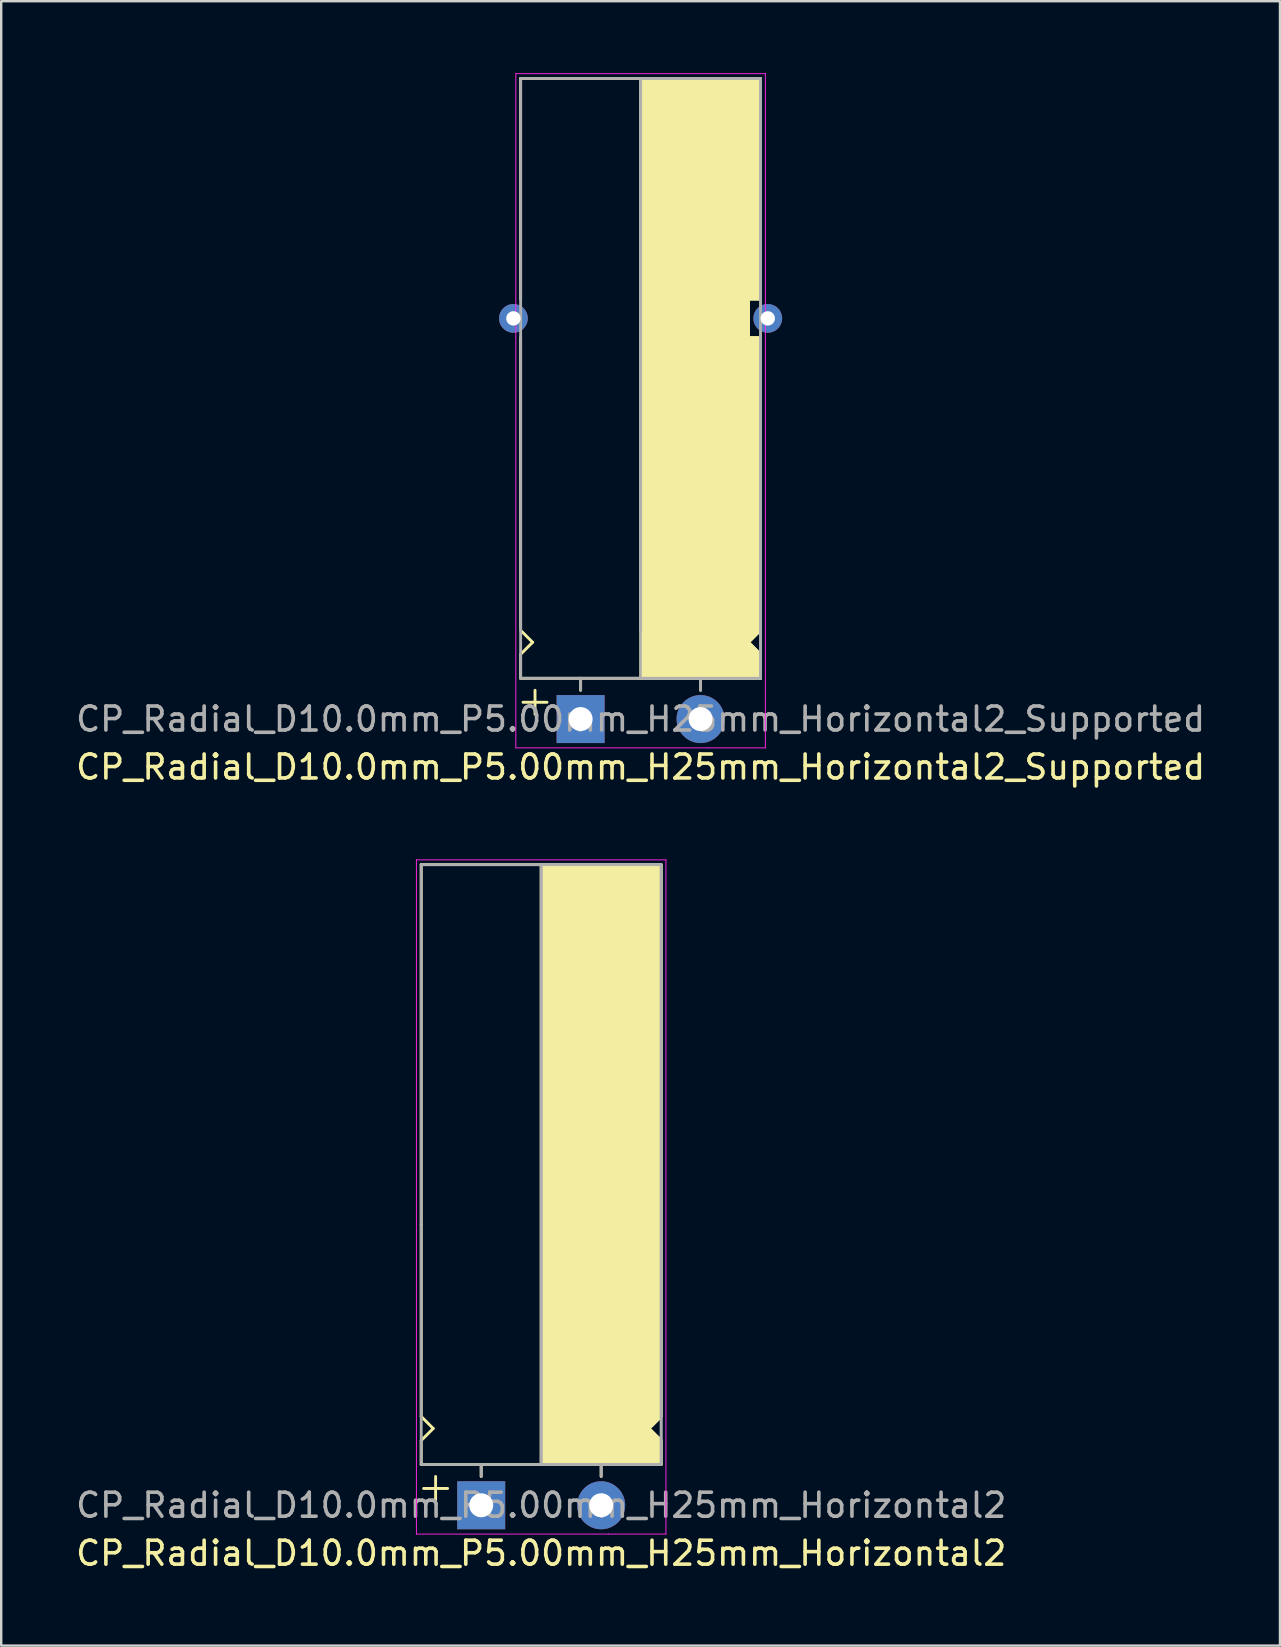
<source format=kicad_pcb>
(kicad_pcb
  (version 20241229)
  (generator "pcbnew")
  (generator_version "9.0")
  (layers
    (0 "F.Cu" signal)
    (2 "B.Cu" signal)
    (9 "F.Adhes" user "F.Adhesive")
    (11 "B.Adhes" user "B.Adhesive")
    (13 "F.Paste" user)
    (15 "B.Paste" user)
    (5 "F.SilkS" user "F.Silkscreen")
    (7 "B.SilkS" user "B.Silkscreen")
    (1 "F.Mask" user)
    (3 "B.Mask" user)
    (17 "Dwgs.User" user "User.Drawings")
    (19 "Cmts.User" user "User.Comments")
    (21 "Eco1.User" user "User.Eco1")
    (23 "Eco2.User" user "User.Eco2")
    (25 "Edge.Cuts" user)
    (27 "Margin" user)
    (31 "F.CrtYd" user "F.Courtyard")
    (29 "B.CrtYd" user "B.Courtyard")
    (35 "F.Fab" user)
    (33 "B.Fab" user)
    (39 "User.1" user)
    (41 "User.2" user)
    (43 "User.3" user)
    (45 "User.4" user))
  (footprint "CP_Radial_D10.0mm_P5.00mm_H25mm_Horizontal2"
    (layer "F.Cu")
    (at 17.006 59.688)
    (property "Reference" "CP_Radial_D10.0mm_P5.00mm_H25mm_Horizontal2" (at 2.5 2 0) (layer "F.SilkS") (effects (font (size 1 1) (thickness 0.15))))
    (attr through_hole)
    (fp_line (start -2.5 -26.7) (end 7.5 -26.7) (stroke (width 0.12) (type solid)) (layer "F.SilkS"))
    (fp_line (start -2.5 -11.7) (end -2.5 -26.7) (stroke (width 0.12) (type solid)) (layer "F.SilkS"))
    (fp_line (start -2.5 -3.7) (end -2.5 -11.7) (stroke (width 0.12) (type solid)) (layer "F.SilkS"))
    (fp_line (start -2.5 -2.7) (end -2 -3.2) (stroke (width 0.12) (type solid)) (layer "F.SilkS"))
    (fp_line (start -2.5 -1.7) (end -2.5 -2.7) (stroke (width 0.12) (type solid)) (layer "F.SilkS"))
    (fp_line (start -2 -3.2) (end -2.5 -3.7) (stroke (width 0.12) (type solid)) (layer "F.SilkS"))
    (fp_line (start -1.9 -1.2) (end -1.9 -0.2) (stroke (width 0.12) (type solid)) (layer "F.SilkS"))
    (fp_line (start -1.4 -0.7) (end -2.4 -0.7) (stroke (width 0.12) (type solid)) (layer "F.SilkS"))
    (fp_line (start 0 -1.7) (end 0 -1.2) (stroke (width 0.12) (type solid)) (layer "F.SilkS"))
    (fp_line (start 2.5 -26.7) (end 2.5 -1.7) (stroke (width 0.12) (type solid)) (layer "F.SilkS"))
    (fp_line (start 2.5 -1.7) (end -2.5 -1.7) (stroke (width 0.12) (type solid)) (layer "F.SilkS"))
    (fp_line (start 5 -1.7) (end 5 -1.2) (stroke (width 0.12) (type solid)) (layer "F.SilkS"))
    (fp_line (start 7 -3.2) (end 7.5 -3.7) (stroke (width 0.12) (type solid)) (layer "F.SilkS"))
    (fp_line (start 7.5 -11.7) (end 7.5 -26.7) (stroke (width 0.12) (type solid)) (layer "F.SilkS"))
    (fp_line (start 7.5 -3.7) (end 7.5 -11.7) (stroke (width 0.12) (type solid)) (layer "F.SilkS"))
    (fp_line (start 7.5 -2.7) (end 7 -3.2) (stroke (width 0.12) (type solid)) (layer "F.SilkS"))
    (fp_line (start 7.5 -1.7) (end 2.5 -1.7) (stroke (width 0.12) (type solid)) (layer "F.SilkS"))
    (fp_line (start 7.5 -1.7) (end 7.5 -2.7) (stroke (width 0.12) (type solid)) (layer "F.SilkS"))
    (fp_poly (pts (xy 7.5 -2.7) (xy 7 -3.2) (xy 7.5 -3.7) (xy 7.5 -26.7) (xy 2.5 -26.7) (xy 2.5 -1.7) (xy 7.5 -1.7)) (stroke (width 0.1) (type solid)) (fill yes) (layer "F.SilkS"))
    (fp_line (start -2.7 -26.9) (end -2.7 1.2) (stroke (width 0.04) (type solid)) (layer "F.CrtYd"))
    (fp_line (start -2.7 1.2) (end 5.3 1.2) (stroke (width 0.04) (type solid)) (layer "F.CrtYd"))
    (fp_line (start 5.3 1.2) (end 7.7 1.2) (stroke (width 0.04) (type solid)) (layer "F.CrtYd"))
    (fp_line (start 7.7 -26.9) (end -2.7 -26.9) (stroke (width 0.04) (type solid)) (layer "F.CrtYd"))
    (fp_line (start 7.7 1.2) (end 7.7 -26.9) (stroke (width 0.04) (type solid)) (layer "F.CrtYd"))
    (fp_line (start -2.5 -26.7) (end 7.5 -26.7) (stroke (width 0.12) (type solid)) (layer "F.Fab"))
    (fp_line (start -2.5 -1.7) (end -2.5 -26.7) (stroke (width 0.12) (type solid)) (layer "F.Fab"))
    (fp_line (start 0 -1.7) (end 0 -1.2) (stroke (width 0.12) (type solid)) (layer "F.Fab"))
    (fp_line (start 2.5 -1.7) (end 2.5 -26.7) (stroke (width 0.12) (type solid)) (layer "F.Fab"))
    (fp_line (start 5 -1.7) (end 5 -1.2) (stroke (width 0.12) (type solid)) (layer "F.Fab"))
    (fp_line (start 7.5 -26.7) (end 7.5 -1.7) (stroke (width 0.12) (type solid)) (layer "F.Fab"))
    (fp_line (start 7.5 -1.7) (end -2.5 -1.7) (stroke (width 0.12) (type solid)) (layer "F.Fab"))
    (fp_poly (pts (xy 7.5 -26.7) (xy 2.5 -26.7) (xy 2.5 -1.7) (xy 7.5 -1.7)) (stroke (width 0.1) (type solid)) (fill no) (layer "F.Fab"))
    (fp_text user "${REFERENCE}" (at 2.5 0 0) (layer "F.Fab") (effects (font (size 1 1) (thickness 0.15))))
    (pad "1" thru_hole rect (at 0 0) (size 2 2) (drill 1) (layers "*.Cu" "*.Mask"))
    (pad "2" thru_hole circle (at 5 0) (size 2 2) (drill 1) (layers "*.Cu" "*.Mask")))
  (footprint "CP_Radial_D10.0mm_P5.00mm_H25mm_Horizontal2_Supported"
    (layer "F.Cu")
    (at 21.149 26.92)
    (property "Reference" "CP_Radial_D10.0mm_P5.00mm_H25mm_Horizontal2_Supported" (at 2.5 2 0) (layer "F.SilkS") (effects (font (size 1 1) (thickness 0.15))))
    (attr through_hole)
    (fp_line (start -2.5 -26.7) (end 7.5 -26.7) (stroke (width 0.12) (type solid)) (layer "F.SilkS"))
    (fp_line (start -2.5 -17.5) (end -2.5 -26.7) (stroke (width 0.12) (type solid)) (layer "F.SilkS"))
    (fp_line (start -2.5 -3.8) (end -2.5 -15.9) (stroke (width 0.12) (type solid)) (layer "F.SilkS"))
    (fp_line (start -2.5 -2.7) (end -2 -3.2) (stroke (width 0.12) (type solid)) (layer "F.SilkS"))
    (fp_line (start -2.5 -1.7) (end -2.5 -2.7) (stroke (width 0.12) (type solid)) (layer "F.SilkS"))
    (fp_line (start -2 -3.2) (end -2.5 -3.7) (stroke (width 0.12) (type solid)) (layer "F.SilkS"))
    (fp_line (start -1.9 -1.2) (end -1.9 -0.2) (stroke (width 0.12) (type solid)) (layer "F.SilkS"))
    (fp_line (start -1.4 -0.7) (end -2.4 -0.7) (stroke (width 0.12) (type solid)) (layer "F.SilkS"))
    (fp_line (start 0 -1.7) (end 0 -1.2) (stroke (width 0.12) (type solid)) (layer "F.SilkS"))
    (fp_line (start 2.5 -26.7) (end 2.5 -3.7) (stroke (width 0.12) (type solid)) (layer "F.SilkS"))
    (fp_line (start 2.5 -1.7) (end -2.5 -1.7) (stroke (width 0.12) (type solid)) (layer "F.SilkS"))
    (fp_line (start 5 -1.7) (end 5 -1.2) (stroke (width 0.12) (type solid)) (layer "F.SilkS"))
    (fp_line (start 7 -17.5) (end 7 -16.9) (stroke (width 0.12) (type solid)) (layer "F.SilkS"))
    (fp_line (start 7 -16.9) (end 7 -15.9) (stroke (width 0.12) (type solid)) (layer "F.SilkS"))
    (fp_line (start 7 -15.9) (end 7.5 -15.9) (stroke (width 0.12) (type solid)) (layer "F.SilkS"))
    (fp_line (start 7 -3.2) (end 7.5 -3.7) (stroke (width 0.12) (type solid)) (layer "F.SilkS"))
    (fp_line (start 7.5 -17.5) (end 7 -17.5) (stroke (width 0.12) (type solid)) (layer "F.SilkS"))
    (fp_line (start 7.5 -17.5) (end 7.5 -26.7) (stroke (width 0.12) (type solid)) (layer "F.SilkS"))
    (fp_line (start 7.5 -4.7) (end 7.5 -15.9) (stroke (width 0.12) (type solid)) (layer "F.SilkS"))
    (fp_line (start 7.5 -2.7) (end 7 -3.2) (stroke (width 0.12) (type solid)) (layer "F.SilkS"))
    (fp_line (start 7.5 -1.7) (end 2.5 -1.7) (stroke (width 0.12) (type solid)) (layer "F.SilkS"))
    (fp_line (start 7.5 -1.7) (end 7.5 -2.7) (stroke (width 0.12) (type solid)) (layer "F.SilkS"))
    (fp_poly (pts (xy 7.5 -2.7) (xy 7 -3.2) (xy 7.5 -3.7) (xy 7.5 -15.9) (xy 7 -15.9) (xy 7 -17.5) (xy 7.5 -17.5) (xy 7.5 -26.7) (xy 2.5 -26.7) (xy 2.5 -1.7) (xy 7.5 -1.7)) (stroke (width 0.1) (type solid)) (fill yes) (layer "F.SilkS"))
    (fp_line (start -2.7 -26.9) (end -2.7 1.2) (stroke (width 0.04) (type solid)) (layer "F.CrtYd"))
    (fp_line (start -2.7 1.2) (end 5.3 1.2) (stroke (width 0.04) (type solid)) (layer "F.CrtYd"))
    (fp_line (start 5.3 1.2) (end 7.7 1.2) (stroke (width 0.04) (type solid)) (layer "F.CrtYd"))
    (fp_line (start 7.7 -26.9) (end -2.7 -26.9) (stroke (width 0.04) (type solid)) (layer "F.CrtYd"))
    (fp_line (start 7.7 1.2) (end 7.7 -26.9) (stroke (width 0.04) (type solid)) (layer "F.CrtYd"))
    (fp_line (start -2.5 -26.7) (end 7.5 -26.7) (stroke (width 0.12) (type solid)) (layer "F.Fab"))
    (fp_line (start -2.5 -1.7) (end -2.5 -26.7) (stroke (width 0.12) (type solid)) (layer "F.Fab"))
    (fp_line (start 0 -1.7) (end 0 -1.2) (stroke (width 0.12) (type solid)) (layer "F.Fab"))
    (fp_line (start 2.5 -3.7) (end 2.5 -26.7) (stroke (width 0.12) (type solid)) (layer "F.Fab"))
    (fp_line (start 5 -1.7) (end 5 -1.2) (stroke (width 0.12) (type solid)) (layer "F.Fab"))
    (fp_line (start 7.5 -26.7) (end 7.5 -1.7) (stroke (width 0.12) (type solid)) (layer "F.Fab"))
    (fp_line (start 7.5 -1.7) (end -2.5 -1.7) (stroke (width 0.12) (type solid)) (layer "F.Fab"))
    (fp_poly (pts (xy 7.5 -26.7) (xy 2.5 -26.7) (xy 2.5 -1.7) (xy 7.5 -1.7)) (stroke (width 0.1) (type solid)) (fill no) (layer "F.Fab"))
    (fp_text user "${REFERENCE}" (at 2.5 0 0) (layer "F.Fab") (effects (font (size 1 1) (thickness 0.15))))
    (pad "" thru_hole circle (at -2.8 -16.7 180) (size 1.2 1.2) (drill 0.6) (layers "*.Cu" "*.Mask"))
    (pad "" thru_hole circle (at 7.8 -16.7 180) (size 1.2 1.2) (drill 0.6) (layers "*.Cu" "*.Mask"))
    (pad "1" thru_hole rect (at 0 0) (size 2 2) (drill 1) (layers "*.Cu" "*.Mask"))
    (pad "2" thru_hole circle (at 5 0) (size 2 2) (drill 1) (layers "*.Cu" "*.Mask")))
  (gr_rect
    (start -3 -3)
    (end 50.298 65.537)
    (stroke (width 0.1) (type default))
    (fill no)
    (layer "Edge.Cuts")))
</source>
